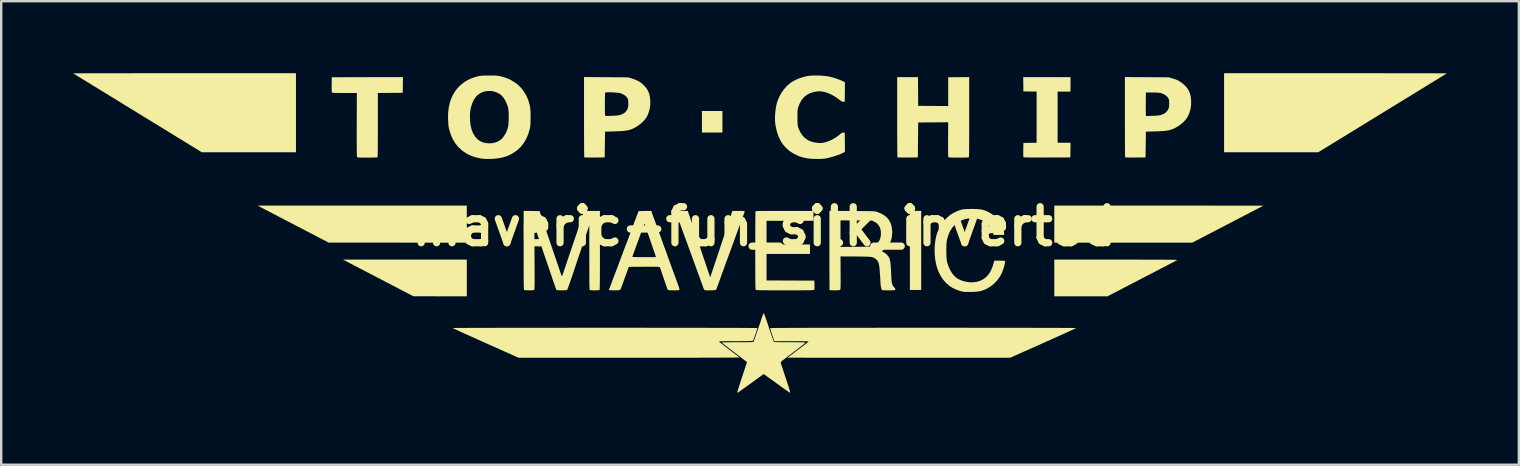
<source format=kicad_pcb>
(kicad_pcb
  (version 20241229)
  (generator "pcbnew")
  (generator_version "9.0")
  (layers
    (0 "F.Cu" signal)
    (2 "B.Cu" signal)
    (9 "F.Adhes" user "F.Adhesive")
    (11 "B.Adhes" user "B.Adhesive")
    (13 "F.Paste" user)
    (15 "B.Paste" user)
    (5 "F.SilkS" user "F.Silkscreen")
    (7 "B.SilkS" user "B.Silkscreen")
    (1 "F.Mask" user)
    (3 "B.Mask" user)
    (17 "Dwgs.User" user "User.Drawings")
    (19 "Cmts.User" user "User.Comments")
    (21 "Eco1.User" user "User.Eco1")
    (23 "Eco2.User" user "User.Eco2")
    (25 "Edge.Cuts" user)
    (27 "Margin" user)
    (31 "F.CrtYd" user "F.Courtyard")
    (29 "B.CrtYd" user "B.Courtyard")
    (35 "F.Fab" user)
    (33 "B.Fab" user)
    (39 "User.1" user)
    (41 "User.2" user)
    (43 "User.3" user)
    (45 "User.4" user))
  (footprint "maveric-fun_silk_inverted"
    (layer "F.Cu")
    (at 28.781 6.383)
    (property "Reference" "maveric-fun_silk_inverted" (at 0 0 0) (layer "F.SilkS") (effects (font (size 1.5 1.5) (thickness 0.3))))
    (attr board_only exclude_from_pos_files exclude_from_bom)
    (fp_poly (pts (xy -1.735 -4.361) (xy -1.735 -3.912) (xy -2.162 -3.912) (xy -2.589 -3.912) (xy -2.589 -4.361) (xy -2.589 -4.809) (xy -2.162 -4.809) (xy -1.735 -4.809)) (stroke (width 0) (type solid)) (fill yes) (layer "F.SilkS"))
    (fp_poly (pts (xy 6.545 1) (xy 6.545 2.647) (xy 6.31 2.647) (xy 6.074 2.647) (xy 6.074 1) (xy 6.074 -0.647) (xy 6.31 -0.647) (xy 6.545 -0.647)) (stroke (width 0) (type solid)) (fill yes) (layer "F.SilkS"))
    (fp_poly (pts (xy -12.384 -0.096) (xy -12.384 0.677) (xy -15.263 0.675) (xy -18.142 0.673) (xy -19.48 -0.024) (xy -19.668 -0.122) (xy -19.851 -0.217) (xy -20.027 -0.308) (xy -20.193 -0.395) (xy -20.349 -0.476) (xy -20.492 -0.551) (xy -20.619 -0.617) (xy -20.73 -0.675) (xy -20.822 -0.723) (xy -20.893 -0.76) (xy -20.941 -0.785) (xy -20.958 -0.794) (xy -21.098 -0.867) (xy -16.741 -0.867) (xy -12.384 -0.868)) (stroke (width 0) (type solid)) (fill yes) (layer "F.SilkS"))
    (fp_poly (pts (xy -12.384 2.147) (xy -12.384 2.912) (xy -13.498 2.911) (xy -14.612 2.909) (xy -15.95 2.212) (xy -16.138 2.114) (xy -16.32 2.019) (xy -16.495 1.928) (xy -16.661 1.842) (xy -16.815 1.761) (xy -16.956 1.688) (xy -17.082 1.622) (xy -17.192 1.565) (xy -17.282 1.518) (xy -17.351 1.482) (xy -17.397 1.458) (xy -17.414 1.449) (xy -17.539 1.383) (xy -14.961 1.383) (xy -12.384 1.383)) (stroke (width 0) (type solid)) (fill yes) (layer "F.SilkS"))
    (fp_poly (pts (xy 16.447 -0.867) (xy 20.804 -0.866) (xy 20.738 -0.832) (xy 20.716 -0.82) (xy 20.67 -0.796) (xy 20.601 -0.761) (xy 20.512 -0.714) (xy 20.403 -0.658) (xy 20.278 -0.593) (xy 20.137 -0.519) (xy 19.982 -0.439) (xy 19.815 -0.352) (xy 19.639 -0.261) (xy 19.454 -0.165) (xy 19.263 -0.065) (xy 19.253 -0.06) (xy 17.834 0.677) (xy 14.962 0.677) (xy 12.09 0.677) (xy 12.09 -0.096) (xy 12.09 -0.868)) (stroke (width 0) (type solid)) (fill yes) (layer "F.SilkS"))
    (fp_poly (pts (xy 12.766 -5.92) (xy 12.766 -5.618) (xy 12.498 -5.618) (xy 12.229 -5.618) (xy 12.229 -4.552) (xy 12.229 -3.486) (xy 12.498 -3.486) (xy 12.767 -3.486) (xy 12.763 -3.181) (xy 12.759 -2.875) (xy 11.795 -2.872) (xy 11.629 -2.871) (xy 11.472 -2.871) (xy 11.325 -2.872) (xy 11.192 -2.872) (xy 11.075 -2.873) (xy 10.977 -2.874) (xy 10.899 -2.876) (xy 10.845 -2.878) (xy 10.817 -2.879) (xy 10.813 -2.88) (xy 10.807 -2.892) (xy 10.802 -2.918) (xy 10.799 -2.963) (xy 10.798 -3.028) (xy 10.798 -3.119) (xy 10.799 -3.185) (xy 10.803 -3.478) (xy 11.078 -3.482) (xy 11.354 -3.486) (xy 11.354 -4.552) (xy 11.354 -5.618) (xy 11.078 -5.622) (xy 10.803 -5.626) (xy 10.799 -5.923) (xy 10.795 -6.221) (xy 11.78 -6.221) (xy 12.766 -6.221)) (stroke (width 0) (type solid)) (fill yes) (layer "F.SilkS"))
    (fp_poly (pts (xy 14.667 1.383) (xy 14.99 1.383) (xy 15.284 1.383) (xy 15.552 1.383) (xy 15.794 1.384) (xy 16.012 1.384) (xy 16.206 1.384) (xy 16.379 1.385) (xy 16.531 1.385) (xy 16.664 1.386) (xy 16.778 1.386) (xy 16.876 1.387) (xy 16.958 1.388) (xy 17.025 1.389) (xy 17.08 1.391) (xy 17.123 1.392) (xy 17.155 1.394) (xy 17.178 1.396) (xy 17.193 1.398) (xy 17.2 1.401) (xy 17.203 1.403) (xy 17.201 1.406) (xy 17.196 1.41) (xy 17.193 1.411) (xy 17.173 1.422) (xy 17.129 1.445) (xy 17.062 1.479) (xy 16.975 1.525) (xy 16.868 1.58) (xy 16.744 1.645) (xy 16.605 1.717) (xy 16.451 1.797) (xy 16.286 1.883) (xy 16.111 1.974) (xy 15.926 2.07) (xy 15.735 2.169) (xy 15.723 2.175) (xy 14.304 2.912) (xy 13.197 2.912) (xy 12.09 2.912) (xy 12.09 2.147) (xy 12.09 1.383)) (stroke (width 0) (type solid)) (fill yes) (layer "F.SilkS"))
    (fp_poly (pts (xy -19.502 -4.736) (xy -19.502 -3.089) (xy -21.462 -3.089) (xy -23.422 -3.089) (xy -26.099 -4.73) (xy -26.356 -4.888) (xy -26.606 -5.041) (xy -26.849 -5.19) (xy -27.083 -5.334) (xy -27.307 -5.471) (xy -27.519 -5.601) (xy -27.719 -5.724) (xy -27.906 -5.838) (xy -28.077 -5.944) (xy -28.233 -6.039) (xy -28.372 -6.124) (xy -28.492 -6.198) (xy -28.593 -6.261) (xy -28.674 -6.31) (xy -28.733 -6.347) (xy -28.769 -6.369) (xy -28.781 -6.377) (xy -28.767 -6.377) (xy -28.725 -6.378) (xy -28.656 -6.378) (xy -28.56 -6.379) (xy -28.439 -6.379) (xy -28.295 -6.38) (xy -28.127 -6.38) (xy -27.939 -6.38) (xy -27.729 -6.381) (xy -27.5 -6.381) (xy -27.253 -6.381) (xy -26.988 -6.382) (xy -26.707 -6.382) (xy -26.412 -6.382) (xy -26.102 -6.383) (xy -25.779 -6.383) (xy -25.445 -6.383) (xy -25.1 -6.383) (xy -24.746 -6.383) (xy -24.383 -6.383) (xy -24.145 -6.383) (xy -19.502 -6.383)) (stroke (width 0) (type solid)) (fill yes) (layer "F.SilkS"))
    (fp_poly (pts (xy 24.174 -6.383) (xy 24.534 -6.383) (xy 24.885 -6.383) (xy 25.226 -6.383) (xy 25.557 -6.383) (xy 25.875 -6.382) (xy 26.18 -6.382) (xy 26.47 -6.382) (xy 26.745 -6.382) (xy 27.004 -6.381) (xy 27.245 -6.381) (xy 27.467 -6.381) (xy 27.669 -6.38) (xy 27.851 -6.38) (xy 28.01 -6.379) (xy 28.146 -6.379) (xy 28.258 -6.379) (xy 28.345 -6.378) (xy 28.405 -6.378) (xy 28.437 -6.377) (xy 28.443 -6.377) (xy 28.43 -6.369) (xy 28.393 -6.346) (xy 28.334 -6.309) (xy 28.252 -6.259) (xy 28.151 -6.196) (xy 28.03 -6.122) (xy 27.89 -6.037) (xy 27.734 -5.941) (xy 27.562 -5.835) (xy 27.375 -5.72) (xy 27.175 -5.597) (xy 26.962 -5.467) (xy 26.738 -5.329) (xy 26.504 -5.186) (xy 26.261 -5.037) (xy 26.01 -4.883) (xy 25.76 -4.73) (xy 23.084 -3.089) (xy 21.124 -3.089) (xy 19.164 -3.089) (xy 19.164 -4.736) (xy 19.164 -6.383) (xy 23.807 -6.383)) (stroke (width 0) (type solid)) (fill yes) (layer "F.SilkS"))
    (fp_poly (pts (xy -15.049 -5.894) (xy -15.053 -5.567) (xy -15.572 -5.563) (xy -16.09 -5.559) (xy -16.09 -4.222) (xy -16.09 -3.992) (xy -16.09 -3.79) (xy -16.091 -3.614) (xy -16.091 -3.461) (xy -16.092 -3.332) (xy -16.092 -3.222) (xy -16.093 -3.132) (xy -16.095 -3.058) (xy -16.096 -3.001) (xy -16.098 -2.956) (xy -16.101 -2.924) (xy -16.103 -2.901) (xy -16.107 -2.887) (xy -16.11 -2.879) (xy -16.113 -2.877) (xy -16.134 -2.875) (xy -16.179 -2.872) (xy -16.247 -2.871) (xy -16.331 -2.869) (xy -16.428 -2.868) (xy -16.535 -2.868) (xy -16.539 -2.868) (xy -16.659 -2.868) (xy -16.752 -2.868) (xy -16.823 -2.869) (xy -16.874 -2.871) (xy -16.91 -2.874) (xy -16.933 -2.878) (xy -16.946 -2.884) (xy -16.954 -2.891) (xy -16.958 -2.897) (xy -16.961 -2.916) (xy -16.963 -2.96) (xy -16.965 -3.031) (xy -16.967 -3.128) (xy -16.968 -3.252) (xy -16.969 -3.403) (xy -16.97 -3.582) (xy -16.97 -3.79) (xy -16.97 -4.026) (xy -16.969 -4.243) (xy -16.965 -5.559) (xy -17.474 -5.559) (xy -17.615 -5.56) (xy -17.729 -5.56) (xy -17.818 -5.562) (xy -17.887 -5.563) (xy -17.936 -5.566) (xy -17.97 -5.569) (xy -17.991 -5.574) (xy -18 -5.579) (xy -18.001 -5.58) (xy -18.007 -5.6) (xy -18.011 -5.643) (xy -18.014 -5.711) (xy -18.014 -5.805) (xy -18.013 -5.907) (xy -18.009 -6.214) (xy -16.527 -6.218) (xy -15.045 -6.221)) (stroke (width 0) (type solid)) (fill yes) (layer "F.SilkS"))
    (fp_poly (pts (xy 8.545 -4.554) (xy 8.545 -4.295) (xy 8.545 -4.065) (xy 8.545 -3.86) (xy 8.544 -3.681) (xy 8.544 -3.524) (xy 8.543 -3.389) (xy 8.543 -3.274) (xy 8.542 -3.177) (xy 8.54 -3.098) (xy 8.539 -3.033) (xy 8.537 -2.982) (xy 8.535 -2.944) (xy 8.533 -2.915) (xy 8.53 -2.896) (xy 8.527 -2.884) (xy 8.524 -2.878) (xy 8.522 -2.877) (xy 8.501 -2.875) (xy 8.456 -2.872) (xy 8.389 -2.871) (xy 8.304 -2.869) (xy 8.207 -2.868) (xy 8.101 -2.868) (xy 8.097 -2.868) (xy 7.973 -2.868) (xy 7.876 -2.869) (xy 7.801 -2.871) (xy 7.748 -2.873) (xy 7.711 -2.877) (xy 7.689 -2.882) (xy 7.679 -2.888) (xy 7.679 -2.888) (xy 7.675 -2.903) (xy 7.671 -2.936) (xy 7.669 -2.989) (xy 7.667 -3.064) (xy 7.666 -3.163) (xy 7.665 -3.286) (xy 7.665 -3.435) (xy 7.666 -3.613) (xy 7.666 -3.624) (xy 7.67 -4.339) (xy 7.045 -4.335) (xy 6.42 -4.331) (xy 6.413 -3.603) (xy 6.405 -2.875) (xy 5.985 -2.871) (xy 5.877 -2.871) (xy 5.778 -2.871) (xy 5.693 -2.872) (xy 5.625 -2.873) (xy 5.578 -2.875) (xy 5.556 -2.877) (xy 5.555 -2.878) (xy 5.553 -2.893) (xy 5.552 -2.937) (xy 5.551 -3.006) (xy 5.55 -3.098) (xy 5.549 -3.213) (xy 5.548 -3.348) (xy 5.547 -3.501) (xy 5.546 -3.67) (xy 5.546 -3.854) (xy 5.545 -4.051) (xy 5.545 -4.258) (xy 5.545 -4.475) (xy 5.545 -4.554) (xy 5.545 -6.221) (xy 5.978 -6.221) (xy 6.412 -6.221) (xy 6.416 -5.622) (xy 6.42 -5.023) (xy 7.045 -5.019) (xy 7.67 -5.015) (xy 7.67 -5.614) (xy 7.67 -6.214) (xy 8.108 -6.218) (xy 8.545 -6.222)) (stroke (width 0) (type solid)) (fill yes) (layer "F.SilkS"))
    (fp_poly (pts (xy 2.059 -0.441) (xy 2.059 -0.235) (xy 1.081 -0.235) (xy 0.103 -0.235) (xy 0.103 0.257) (xy 0.103 0.75) (xy 1.007 0.75) (xy 1.912 0.75) (xy 1.912 0.949) (xy 1.912 1.147) (xy 1.007 1.147) (xy 0.103 1.147) (xy 0.103 1.699) (xy 0.103 2.25) (xy 1.099 2.254) (xy 2.096 2.258) (xy 2.1 2.439) (xy 2.101 2.534) (xy 2.097 2.599) (xy 2.09 2.636) (xy 2.087 2.642) (xy 2.08 2.645) (xy 2.065 2.649) (xy 2.039 2.652) (xy 2.002 2.654) (xy 1.951 2.656) (xy 1.884 2.658) (xy 1.801 2.659) (xy 1.698 2.66) (xy 1.574 2.661) (xy 1.428 2.661) (xy 1.257 2.662) (xy 1.06 2.662) (xy 0.874 2.662) (xy 0.657 2.662) (xy 0.467 2.662) (xy 0.303 2.662) (xy 0.163 2.661) (xy 0.044 2.66) (xy -0.054 2.659) (xy -0.134 2.658) (xy -0.198 2.657) (xy -0.248 2.655) (xy -0.285 2.652) (xy -0.311 2.649) (xy -0.329 2.646) (xy -0.34 2.642) (xy -0.345 2.639) (xy -0.348 2.633) (xy -0.351 2.622) (xy -0.354 2.605) (xy -0.357 2.579) (xy -0.359 2.544) (xy -0.361 2.496) (xy -0.363 2.436) (xy -0.364 2.361) (xy -0.365 2.27) (xy -0.366 2.161) (xy -0.366 2.033) (xy -0.367 1.883) (xy -0.367 1.71) (xy -0.368 1.513) (xy -0.368 1.291) (xy -0.368 1.04) (xy -0.368 1.008) (xy -0.368 0.792) (xy -0.367 0.585) (xy -0.367 0.388) (xy -0.366 0.202) (xy -0.366 0.03) (xy -0.365 -0.125) (xy -0.364 -0.264) (xy -0.363 -0.382) (xy -0.362 -0.48) (xy -0.361 -0.553) (xy -0.36 -0.602) (xy -0.359 -0.623) (xy -0.359 -0.624) (xy -0.355 -0.628) (xy -0.346 -0.632) (xy -0.33 -0.635) (xy -0.305 -0.638) (xy -0.269 -0.64) (xy -0.22 -0.642) (xy -0.157 -0.643) (xy -0.077 -0.645) (xy 0.021 -0.645) (xy 0.139 -0.646) (xy 0.279 -0.647) (xy 0.443 -0.647) (xy 0.632 -0.647) (xy 0.849 -0.647) (xy 0.855 -0.647) (xy 2.059 -0.647)) (stroke (width 0) (type solid)) (fill yes) (layer "F.SilkS"))
    (fp_poly (pts (xy 15.947 -6.217) (xy 16.862 -6.211) (xy 16.987 -6.174) (xy 17.051 -6.154) (xy 17.11 -6.135) (xy 17.155 -6.121) (xy 17.164 -6.117) (xy 17.251 -6.078) (xy 17.346 -6.02) (xy 17.442 -5.95) (xy 17.529 -5.872) (xy 17.532 -5.869) (xy 17.622 -5.767) (xy 17.691 -5.66) (xy 17.74 -5.543) (xy 17.773 -5.411) (xy 17.79 -5.259) (xy 17.791 -5.243) (xy 17.789 -5.051) (xy 17.76 -4.868) (xy 17.702 -4.69) (xy 17.655 -4.587) (xy 17.588 -4.479) (xy 17.495 -4.372) (xy 17.384 -4.272) (xy 17.26 -4.181) (xy 17.126 -4.104) (xy 16.989 -4.044) (xy 16.921 -4.023) (xy 16.862 -4.007) (xy 16.802 -3.995) (xy 16.737 -3.985) (xy 16.662 -3.977) (xy 16.572 -3.971) (xy 16.464 -3.965) (xy 16.332 -3.961) (xy 16.274 -3.959) (xy 15.906 -3.949) (xy 15.899 -3.412) (xy 15.892 -2.875) (xy 15.471 -2.871) (xy 15.363 -2.871) (xy 15.264 -2.871) (xy 15.179 -2.872) (xy 15.111 -2.873) (xy 15.064 -2.875) (xy 15.042 -2.877) (xy 15.041 -2.878) (xy 15.04 -2.893) (xy 15.039 -2.937) (xy 15.037 -3.006) (xy 15.036 -3.098) (xy 15.035 -3.213) (xy 15.034 -3.348) (xy 15.033 -3.501) (xy 15.033 -3.671) (xy 15.032 -3.854) (xy 15.032 -4.051) (xy 15.031 -4.258) (xy 15.031 -4.475) (xy 15.031 -4.556) (xy 15.031 -4.905) (xy 15.901 -4.905) (xy 15.902 -4.811) (xy 15.903 -4.733) (xy 15.904 -4.675) (xy 15.906 -4.641) (xy 15.907 -4.634) (xy 15.915 -4.599) (xy 16.175 -4.608) (xy 16.298 -4.613) (xy 16.4 -4.621) (xy 16.479 -4.631) (xy 16.523 -4.64) (xy 16.638 -4.682) (xy 16.729 -4.74) (xy 16.799 -4.816) (xy 16.837 -4.883) (xy 16.855 -4.925) (xy 16.866 -4.966) (xy 16.872 -5.013) (xy 16.875 -5.076) (xy 16.876 -5.118) (xy 16.875 -5.192) (xy 16.872 -5.244) (xy 16.866 -5.283) (xy 16.854 -5.315) (xy 16.845 -5.331) (xy 16.792 -5.408) (xy 16.72 -5.47) (xy 16.626 -5.521) (xy 16.563 -5.545) (xy 16.528 -5.556) (xy 16.491 -5.564) (xy 16.447 -5.57) (xy 16.39 -5.574) (xy 16.317 -5.577) (xy 16.22 -5.578) (xy 16.191 -5.579) (xy 15.906 -5.582) (xy 15.902 -5.126) (xy 15.901 -5.011) (xy 15.901 -4.905) (xy 15.031 -4.905) (xy 15.031 -6.223)) (stroke (width 0) (type solid)) (fill yes) (layer "F.SilkS"))
    (fp_poly (pts (xy -6.585 -6.217) (xy -5.67 -6.211) (xy -5.545 -6.174) (xy -5.416 -6.132) (xy -5.31 -6.09) (xy -5.22 -6.045) (xy -5.141 -5.994) (xy -5.065 -5.931) (xy -5 -5.87) (xy -4.909 -5.766) (xy -4.84 -5.657) (xy -4.79 -5.539) (xy -4.758 -5.405) (xy -4.741 -5.25) (xy -4.741 -5.249) (xy -4.742 -5.058) (xy -4.77 -4.874) (xy -4.827 -4.694) (xy -4.87 -4.595) (xy -4.927 -4.503) (xy -5.006 -4.407) (xy -5.102 -4.313) (xy -5.211 -4.224) (xy -5.327 -4.146) (xy -5.442 -4.085) (xy -5.511 -4.055) (xy -5.58 -4.03) (xy -5.652 -4.01) (xy -5.732 -3.995) (xy -5.824 -3.983) (xy -5.932 -3.973) (xy -6.059 -3.966) (xy -6.211 -3.961) (xy -6.258 -3.959) (xy -6.626 -3.949) (xy -6.633 -3.412) (xy -6.64 -2.875) (xy -7.061 -2.871) (xy -7.169 -2.871) (xy -7.268 -2.871) (xy -7.353 -2.872) (xy -7.421 -2.873) (xy -7.468 -2.875) (xy -7.49 -2.877) (xy -7.491 -2.878) (xy -7.492 -2.893) (xy -7.493 -2.937) (xy -7.495 -3.006) (xy -7.496 -3.098) (xy -7.497 -3.213) (xy -7.498 -3.348) (xy -7.499 -3.501) (xy -7.499 -3.671) (xy -7.5 -3.854) (xy -7.5 -4.051) (xy -7.501 -4.258) (xy -7.501 -4.475) (xy -7.501 -4.556) (xy -7.501 -5.066) (xy -6.633 -5.066) (xy -6.633 -4.964) (xy -6.632 -4.868) (xy -6.631 -4.781) (xy -6.629 -4.71) (xy -6.627 -4.657) (xy -6.624 -4.628) (xy -6.623 -4.625) (xy -6.618 -4.616) (xy -6.606 -4.609) (xy -6.584 -4.605) (xy -6.547 -4.604) (xy -6.492 -4.604) (xy -6.414 -4.606) (xy -6.355 -4.608) (xy -6.234 -4.613) (xy -6.132 -4.621) (xy -6.053 -4.631) (xy -6.009 -4.64) (xy -5.894 -4.682) (xy -5.803 -4.74) (xy -5.733 -4.816) (xy -5.694 -4.883) (xy -5.677 -4.925) (xy -5.665 -4.964) (xy -5.659 -5.01) (xy -5.656 -5.071) (xy -5.656 -5.118) (xy -5.656 -5.192) (xy -5.66 -5.245) (xy -5.667 -5.283) (xy -5.679 -5.315) (xy -5.687 -5.331) (xy -5.74 -5.408) (xy -5.812 -5.47) (xy -5.907 -5.521) (xy -5.966 -5.544) (xy -6.011 -5.556) (xy -6.074 -5.566) (xy -6.151 -5.574) (xy -6.236 -5.581) (xy -6.323 -5.586) (xy -6.408 -5.589) (xy -6.486 -5.589) (xy -6.55 -5.587) (xy -6.596 -5.582) (xy -6.619 -5.574) (xy -6.62 -5.573) (xy -6.623 -5.554) (xy -6.626 -5.509) (xy -6.628 -5.444) (xy -6.63 -5.363) (xy -6.631 -5.27) (xy -6.632 -5.169) (xy -6.633 -5.066) (xy -7.501 -5.066) (xy -7.501 -6.223)) (stroke (width 0) (type solid)) (fill yes) (layer "F.SilkS"))
    (fp_poly (pts (xy 7.057 4.221) (xy 7.481 4.221) (xy 7.897 4.221) (xy 8.303 4.221) (xy 8.699 4.222) (xy 9.083 4.222) (xy 9.456 4.222) (xy 9.815 4.223) (xy 10.16 4.223) (xy 10.49 4.223) (xy 10.804 4.224) (xy 11.101 4.224) (xy 11.38 4.225) (xy 11.641 4.225) (xy 11.881 4.226) (xy 12.101 4.227) (xy 12.3 4.227) (xy 12.475 4.228) (xy 12.627 4.229) (xy 12.755 4.229) (xy 12.857 4.23) (xy 12.933 4.231) (xy 12.981 4.232) (xy 13.001 4.232) (xy 13.002 4.232) (xy 12.988 4.24) (xy 12.95 4.258) (xy 12.889 4.287) (xy 12.805 4.326) (xy 12.703 4.373) (xy 12.582 4.428) (xy 12.445 4.49) (xy 12.293 4.559) (xy 12.129 4.633) (xy 11.954 4.711) (xy 11.77 4.794) (xy 11.628 4.858) (xy 10.254 5.471) (xy 5.62 5.471) (xy 5.253 5.471) (xy 4.893 5.471) (xy 4.542 5.471) (xy 4.201 5.471) (xy 3.871 5.471) (xy 3.553 5.471) (xy 3.248 5.47) (xy 2.958 5.47) (xy 2.683 5.47) (xy 2.424 5.47) (xy 2.183 5.469) (xy 1.961 5.469) (xy 1.759 5.469) (xy 1.577 5.468) (xy 1.418 5.468) (xy 1.282 5.468) (xy 1.17 5.467) (xy 1.083 5.467) (xy 1.023 5.466) (xy 0.991 5.466) (xy 0.985 5.466) (xy 0.996 5.455) (xy 1.026 5.431) (xy 1.07 5.397) (xy 1.114 5.365) (xy 1.168 5.324) (xy 1.239 5.271) (xy 1.32 5.209) (xy 1.405 5.145) (xy 1.478 5.089) (xy 1.555 5.03) (xy 1.629 4.973) (xy 1.695 4.923) (xy 1.748 4.883) (xy 1.782 4.857) (xy 1.783 4.856) (xy 1.821 4.826) (xy 1.846 4.802) (xy 1.853 4.792) (xy 1.839 4.789) (xy 1.798 4.787) (xy 1.734 4.785) (xy 1.648 4.783) (xy 1.544 4.782) (xy 1.426 4.781) (xy 1.294 4.78) (xy 1.153 4.78) (xy 1.142 4.78) (xy 0.43 4.78) (xy 0.4 4.695) (xy 0.373 4.618) (xy 0.345 4.536) (xy 0.318 4.455) (xy 0.293 4.38) (xy 0.273 4.315) (xy 0.258 4.267) (xy 0.251 4.24) (xy 0.25 4.237) (xy 0.261 4.235) (xy 0.293 4.234) (xy 0.347 4.233) (xy 0.423 4.232) (xy 0.522 4.23) (xy 0.644 4.229) (xy 0.789 4.228) (xy 0.958 4.227) (xy 1.151 4.227) (xy 1.368 4.226) (xy 1.61 4.225) (xy 1.877 4.224) (xy 2.17 4.224) (xy 2.488 4.223) (xy 2.833 4.223) (xy 3.204 4.222) (xy 3.602 4.222) (xy 4.027 4.222) (xy 4.48 4.222) (xy 4.961 4.221) (xy 5.47 4.221) (xy 6.008 4.221) (xy 6.575 4.221) (xy 6.626 4.221)) (stroke (width 0) (type solid)) (fill yes) (layer "F.SilkS"))
    (fp_poly (pts (xy 2.346 -6.285) (xy 2.488 -6.275) (xy 2.62 -6.258) (xy 2.751 -6.233) (xy 2.837 -6.212) (xy 2.914 -6.19) (xy 3.002 -6.162) (xy 3.093 -6.129) (xy 3.18 -6.095) (xy 3.255 -6.063) (xy 3.311 -6.035) (xy 3.323 -6.029) (xy 3.369 -6.001) (xy 3.365 -5.6) (xy 3.361 -5.199) (xy 3.305 -5.195) (xy 3.273 -5.195) (xy 3.243 -5.204) (xy 3.208 -5.225) (xy 3.158 -5.262) (xy 3.158 -5.263) (xy 2.989 -5.385) (xy 2.823 -5.483) (xy 2.66 -5.557) (xy 2.503 -5.606) (xy 2.353 -5.628) (xy 2.25 -5.628) (xy 2.077 -5.603) (xy 1.923 -5.555) (xy 1.787 -5.485) (xy 1.669 -5.391) (xy 1.57 -5.274) (xy 1.489 -5.135) (xy 1.43 -4.986) (xy 1.417 -4.943) (xy 1.407 -4.906) (xy 1.4 -4.869) (xy 1.395 -4.826) (xy 1.392 -4.774) (xy 1.39 -4.706) (xy 1.39 -4.617) (xy 1.39 -4.545) (xy 1.39 -4.425) (xy 1.393 -4.33) (xy 1.398 -4.252) (xy 1.407 -4.187) (xy 1.421 -4.129) (xy 1.441 -4.071) (xy 1.468 -4.009) (xy 1.504 -3.937) (xy 1.505 -3.934) (xy 1.583 -3.811) (xy 1.681 -3.702) (xy 1.794 -3.615) (xy 1.854 -3.581) (xy 1.979 -3.53) (xy 2.119 -3.495) (xy 2.263 -3.476) (xy 2.399 -3.477) (xy 2.4 -3.477) (xy 2.533 -3.5) (xy 2.676 -3.546) (xy 2.823 -3.611) (xy 2.968 -3.694) (xy 3.106 -3.791) (xy 3.193 -3.864) (xy 3.233 -3.895) (xy 3.266 -3.909) (xy 3.305 -3.909) (xy 3.361 -3.905) (xy 3.365 -3.505) (xy 3.369 -3.104) (xy 3.325 -3.082) (xy 3.185 -3.017) (xy 3.024 -2.956) (xy 2.848 -2.9) (xy 2.664 -2.852) (xy 2.596 -2.837) (xy 2.509 -2.824) (xy 2.401 -2.815) (xy 2.279 -2.811) (xy 2.15 -2.811) (xy 2.024 -2.815) (xy 1.906 -2.823) (xy 1.805 -2.836) (xy 1.794 -2.838) (xy 1.695 -2.857) (xy 1.617 -2.875) (xy 1.549 -2.893) (xy 1.483 -2.916) (xy 1.412 -2.945) (xy 1.223 -3.038) (xy 1.055 -3.147) (xy 0.91 -3.273) (xy 0.785 -3.418) (xy 0.68 -3.583) (xy 0.594 -3.769) (xy 0.527 -3.976) (xy 0.477 -4.207) (xy 0.472 -4.237) (xy 0.457 -4.372) (xy 0.454 -4.526) (xy 0.461 -4.689) (xy 0.478 -4.854) (xy 0.503 -5.011) (xy 0.536 -5.152) (xy 0.55 -5.196) (xy 0.624 -5.384) (xy 0.72 -5.56) (xy 0.833 -5.721) (xy 0.961 -5.863) (xy 1.102 -5.981) (xy 1.14 -6.008) (xy 1.208 -6.048) (xy 1.293 -6.093) (xy 1.383 -6.135) (xy 1.467 -6.17) (xy 1.508 -6.184) (xy 1.624 -6.22) (xy 1.724 -6.247) (xy 1.816 -6.266) (xy 1.909 -6.278) (xy 2.01 -6.285) (xy 2.128 -6.287) (xy 2.184 -6.287)) (stroke (width 0) (type solid)) (fill yes) (layer "F.SilkS"))
    (fp_poly (pts (xy -6.121 4.221) (xy -5.632 4.221) (xy -5.161 4.221) (xy -4.708 4.222) (xy -4.273 4.222) (xy -3.858 4.222) (xy -3.462 4.223) (xy -3.086 4.223) (xy -2.731 4.223) (xy -2.398 4.224) (xy -2.087 4.225) (xy -1.798 4.225) (xy -1.532 4.226) (xy -1.291 4.227) (xy -1.073 4.227) (xy -0.881 4.228) (xy -0.714 4.229) (xy -0.573 4.23) (xy -0.459 4.231) (xy -0.373 4.232) (xy -0.314 4.233) (xy -0.284 4.234) (xy -0.279 4.235) (xy -0.284 4.255) (xy -0.297 4.298) (xy -0.316 4.357) (xy -0.339 4.427) (xy -0.364 4.502) (xy -0.39 4.577) (xy -0.414 4.646) (xy -0.435 4.703) (xy -0.45 4.744) (xy -0.459 4.761) (xy -0.468 4.766) (xy -0.49 4.769) (xy -0.527 4.773) (xy -0.581 4.775) (xy -0.653 4.777) (xy -0.746 4.778) (xy -0.863 4.779) (xy -1.004 4.78) (xy -1.173 4.78) (xy -1.18 4.78) (xy -1.337 4.78) (xy -1.478 4.781) (xy -1.601 4.782) (xy -1.704 4.784) (xy -1.786 4.786) (xy -1.843 4.789) (xy -1.875 4.791) (xy -1.88 4.793) (xy -1.867 4.806) (xy -1.835 4.833) (xy -1.785 4.873) (xy -1.722 4.923) (xy -1.649 4.979) (xy -1.603 5.014) (xy -1.472 5.115) (xy -1.362 5.199) (xy -1.271 5.268) (xy -1.198 5.324) (xy -1.141 5.367) (xy -1.098 5.401) (xy -1.066 5.425) (xy -1.045 5.442) (xy -1.031 5.452) (xy -1.024 5.458) (xy -1.023 5.459) (xy -1.036 5.46) (xy -1.078 5.461) (xy -1.147 5.462) (xy -1.242 5.463) (xy -1.362 5.464) (xy -1.506 5.464) (xy -1.672 5.465) (xy -1.861 5.466) (xy -2.07 5.467) (xy -2.298 5.467) (xy -2.544 5.468) (xy -2.808 5.469) (xy -3.088 5.469) (xy -3.383 5.469) (xy -3.692 5.47) (xy -4.014 5.47) (xy -4.347 5.47) (xy -4.691 5.471) (xy -5.045 5.471) (xy -5.407 5.471) (xy -5.619 5.471) (xy -10.229 5.47) (xy -11.601 4.857) (xy -11.79 4.772) (xy -11.972 4.691) (xy -12.144 4.613) (xy -12.305 4.541) (xy -12.453 4.474) (xy -12.586 4.413) (xy -12.702 4.36) (xy -12.8 4.315) (xy -12.877 4.279) (xy -12.933 4.253) (xy -12.965 4.237) (xy -12.972 4.232) (xy -12.958 4.232) (xy -12.915 4.231) (xy -12.844 4.23) (xy -12.747 4.229) (xy -12.624 4.229) (xy -12.477 4.228) (xy -12.306 4.227) (xy -12.112 4.227) (xy -11.896 4.226) (xy -11.659 4.226) (xy -11.403 4.225) (xy -11.127 4.224) (xy -10.834 4.224) (xy -10.523 4.223) (xy -10.196 4.223) (xy -9.854 4.223) (xy -9.498 4.222) (xy -9.128 4.222) (xy -8.746 4.222) (xy -8.353 4.222) (xy -7.949 4.221) (xy -7.536 4.221) (xy -7.114 4.221) (xy -6.685 4.221) (xy -6.626 4.221)) (stroke (width 0) (type solid)) (fill yes) (layer "F.SilkS"))
    (fp_poly (pts (xy 8.786 -0.727) (xy 8.901 -0.722) (xy 8.999 -0.712) (xy 9.085 -0.697) (xy 9.165 -0.675) (xy 9.245 -0.646) (xy 9.331 -0.607) (xy 9.361 -0.592) (xy 9.502 -0.507) (xy 9.634 -0.398) (xy 9.752 -0.269) (xy 9.853 -0.126) (xy 9.932 0.026) (xy 9.974 0.138) (xy 9.989 0.198) (xy 9.999 0.257) (xy 10.001 0.29) (xy 10.001 0.353) (xy 9.782 0.353) (xy 9.562 0.353) (xy 9.538 0.283) (xy 9.475 0.131) (xy 9.402 0.004) (xy 9.317 -0.1) (xy 9.216 -0.184) (xy 9.096 -0.25) (xy 8.954 -0.302) (xy 8.92 -0.311) (xy 8.867 -0.321) (xy 8.793 -0.327) (xy 8.707 -0.33) (xy 8.617 -0.331) (xy 8.531 -0.328) (xy 8.457 -0.322) (xy 8.404 -0.313) (xy 8.398 -0.311) (xy 8.259 -0.263) (xy 8.137 -0.208) (xy 8.06 -0.162) (xy 7.947 -0.069) (xy 7.845 0.046) (xy 7.759 0.176) (xy 7.693 0.316) (xy 7.67 0.382) (xy 7.654 0.437) (xy 7.639 0.487) (xy 7.632 0.509) (xy 7.614 0.589) (xy 7.601 0.695) (xy 7.594 0.826) (xy 7.592 0.979) (xy 7.593 1.11) (xy 7.597 1.216) (xy 7.6 1.298) (xy 7.605 1.363) (xy 7.611 1.416) (xy 7.62 1.463) (xy 7.632 1.511) (xy 7.639 1.537) (xy 7.696 1.699) (xy 7.767 1.846) (xy 7.851 1.975) (xy 7.946 2.083) (xy 8.048 2.167) (xy 8.097 2.196) (xy 8.235 2.256) (xy 8.386 2.299) (xy 8.544 2.323) (xy 8.699 2.327) (xy 8.844 2.31) (xy 8.876 2.303) (xy 9.023 2.255) (xy 9.153 2.186) (xy 9.266 2.095) (xy 9.364 1.981) (xy 9.447 1.843) (xy 9.517 1.68) (xy 9.574 1.492) (xy 9.575 1.489) (xy 9.59 1.427) (xy 9.81 1.427) (xy 9.897 1.428) (xy 9.966 1.43) (xy 10.014 1.435) (xy 10.037 1.44) (xy 10.038 1.442) (xy 10.041 1.467) (xy 10.035 1.515) (xy 10.022 1.579) (xy 10.002 1.655) (xy 9.979 1.736) (xy 9.952 1.817) (xy 9.924 1.893) (xy 9.897 1.958) (xy 9.887 1.978) (xy 9.799 2.128) (xy 9.69 2.269) (xy 9.565 2.396) (xy 9.428 2.505) (xy 9.285 2.592) (xy 9.19 2.635) (xy 9.104 2.667) (xy 9.026 2.69) (xy 8.95 2.706) (xy 8.866 2.717) (xy 8.768 2.724) (xy 8.649 2.728) (xy 8.648 2.728) (xy 8.56 2.729) (xy 8.479 2.729) (xy 8.41 2.729) (xy 8.361 2.728) (xy 8.339 2.727) (xy 8.223 2.705) (xy 8.095 2.666) (xy 7.966 2.616) (xy 7.846 2.557) (xy 7.744 2.494) (xy 7.736 2.488) (xy 7.582 2.357) (xy 7.45 2.205) (xy 7.338 2.033) (xy 7.248 1.841) (xy 7.18 1.629) (xy 7.155 1.522) (xy 7.123 1.323) (xy 7.106 1.117) (xy 7.105 0.909) (xy 7.119 0.706) (xy 7.147 0.513) (xy 7.19 0.338) (xy 7.217 0.257) (xy 7.298 0.069) (xy 7.394 -0.097) (xy 7.507 -0.247) (xy 7.58 -0.325) (xy 7.677 -0.416) (xy 7.774 -0.492) (xy 7.878 -0.556) (xy 7.997 -0.615) (xy 8.111 -0.662) (xy 8.175 -0.685) (xy 8.24 -0.702) (xy 8.311 -0.714) (xy 8.393 -0.722) (xy 8.492 -0.726) (xy 8.614 -0.728) (xy 8.648 -0.728)) (stroke (width 0) (type solid)) (fill yes) (layer "F.SilkS"))
    (fp_poly (pts (xy -11.331 -6.287) (xy -11.236 -6.285) (xy -11.158 -6.282) (xy -11.09 -6.276) (xy -11.026 -6.266) (xy -10.961 -6.251) (xy -10.888 -6.231) (xy -10.8 -6.206) (xy -10.795 -6.204) (xy -10.656 -6.152) (xy -10.512 -6.079) (xy -10.372 -5.991) (xy -10.245 -5.893) (xy -10.142 -5.793) (xy -10.089 -5.729) (xy -10.031 -5.651) (xy -9.975 -5.568) (xy -9.926 -5.488) (xy -9.89 -5.419) (xy -9.882 -5.402) (xy -9.862 -5.355) (xy -9.845 -5.315) (xy -9.84 -5.302) (xy -9.823 -5.258) (xy -9.803 -5.192) (xy -9.779 -5.111) (xy -9.756 -5.023) (xy -9.745 -4.964) (xy -9.737 -4.881) (xy -9.731 -4.781) (xy -9.728 -4.669) (xy -9.727 -4.552) (xy -9.728 -4.434) (xy -9.731 -4.322) (xy -9.737 -4.222) (xy -9.746 -4.14) (xy -9.756 -4.081) (xy -9.808 -3.902) (xy -9.865 -3.746) (xy -9.93 -3.608) (xy -10.007 -3.482) (xy -10.097 -3.362) (xy -10.147 -3.304) (xy -10.249 -3.206) (xy -10.373 -3.111) (xy -10.51 -3.025) (xy -10.654 -2.952) (xy -10.763 -2.91) (xy -10.908 -2.869) (xy -11.073 -2.839) (xy -11.249 -2.819) (xy -11.43 -2.81) (xy -11.606 -2.813) (xy -11.771 -2.828) (xy -11.81 -2.834) (xy -12.02 -2.879) (xy -12.209 -2.943) (xy -12.383 -3.028) (xy -12.545 -3.136) (xy -12.627 -3.203) (xy -12.762 -3.334) (xy -12.876 -3.479) (xy -12.971 -3.641) (xy -13.05 -3.822) (xy -13.114 -4.025) (xy -13.132 -4.096) (xy -13.143 -4.16) (xy -13.152 -4.246) (xy -13.159 -4.348) (xy -13.164 -4.459) (xy -13.165 -4.556) (xy -12.253 -4.556) (xy -12.246 -4.363) (xy -12.224 -4.193) (xy -12.186 -4.039) (xy -12.131 -3.9) (xy -12.057 -3.771) (xy -12.036 -3.74) (xy -11.948 -3.64) (xy -11.841 -3.561) (xy -11.718 -3.504) (xy -11.581 -3.471) (xy -11.433 -3.461) (xy -11.307 -3.471) (xy -11.209 -3.494) (xy -11.11 -3.531) (xy -11.018 -3.579) (xy -10.944 -3.633) (xy -10.92 -3.656) (xy -10.866 -3.722) (xy -10.813 -3.8) (xy -10.765 -3.879) (xy -10.732 -3.949) (xy -10.731 -3.952) (xy -10.702 -4.029) (xy -10.681 -4.095) (xy -10.665 -4.157) (xy -10.654 -4.221) (xy -10.647 -4.295) (xy -10.642 -4.384) (xy -10.638 -4.493) (xy -10.637 -4.639) (xy -10.641 -4.763) (xy -10.651 -4.87) (xy -10.67 -4.966) (xy -10.698 -5.057) (xy -10.736 -5.151) (xy -10.767 -5.217) (xy -10.837 -5.339) (xy -10.915 -5.436) (xy -11.007 -5.513) (xy -11.117 -5.573) (xy -11.25 -5.62) (xy -11.251 -5.62) (xy -11.375 -5.642) (xy -11.508 -5.642) (xy -11.641 -5.621) (xy -11.767 -5.58) (xy -11.802 -5.563) (xy -11.91 -5.493) (xy -12.005 -5.398) (xy -12.087 -5.282) (xy -12.152 -5.147) (xy -12.191 -5.029) (xy -12.216 -4.933) (xy -12.233 -4.855) (xy -12.244 -4.784) (xy -12.25 -4.712) (xy -12.253 -4.627) (xy -12.253 -4.556) (xy -13.165 -4.556) (xy -13.165 -4.572) (xy -13.164 -4.679) (xy -13.161 -4.736) (xy -13.136 -4.963) (xy -13.086 -5.178) (xy -13.013 -5.378) (xy -12.917 -5.562) (xy -12.799 -5.729) (xy -12.661 -5.876) (xy -12.501 -6.004) (xy -12.477 -6.02) (xy -12.354 -6.094) (xy -12.224 -6.156) (xy -12.079 -6.208) (xy -11.914 -6.255) (xy -11.898 -6.259) (xy -11.856 -6.269) (xy -11.81 -6.276) (xy -11.757 -6.281) (xy -11.691 -6.284) (xy -11.607 -6.286) (xy -11.5 -6.287) (xy -11.45 -6.287)) (stroke (width 0) (type solid)) (fill yes) (layer "F.SilkS"))
    (fp_poly (pts (xy -0.898 -0.646) (xy -0.85 -0.642) (xy -0.822 -0.634) (xy -0.811 -0.62) (xy -0.812 -0.598) (xy -0.823 -0.566) (xy -0.837 -0.532) (xy -0.844 -0.514) (xy -0.851 -0.496) (xy -0.859 -0.477) (xy -0.868 -0.453) (xy -0.879 -0.424) (xy -0.893 -0.386) (xy -0.91 -0.339) (xy -0.932 -0.279) (xy -0.96 -0.204) (xy -0.993 -0.113) (xy -1.033 -0.004) (xy -1.08 0.126) (xy -1.136 0.279) (xy -1.2 0.457) (xy -1.221 0.515) (xy -1.275 0.663) (xy -1.326 0.804) (xy -1.374 0.934) (xy -1.417 1.052) (xy -1.454 1.155) (xy -1.486 1.239) (xy -1.509 1.303) (xy -1.525 1.345) (xy -1.531 1.36) (xy -1.541 1.387) (xy -1.559 1.434) (xy -1.582 1.496) (xy -1.607 1.564) (xy -1.631 1.633) (xy -1.653 1.696) (xy -1.669 1.743) (xy -1.686 1.791) (xy -1.708 1.85) (xy -1.721 1.883) (xy -1.743 1.939) (xy -1.763 1.996) (xy -1.773 2.022) (xy -1.786 2.062) (xy -1.807 2.12) (xy -1.831 2.186) (xy -1.843 2.221) (xy -1.872 2.301) (xy -1.905 2.391) (xy -1.935 2.473) (xy -1.942 2.493) (xy -1.964 2.552) (xy -1.984 2.602) (xy -1.999 2.635) (xy -2.004 2.644) (xy -2.023 2.65) (xy -2.065 2.655) (xy -2.124 2.659) (xy -2.193 2.661) (xy -2.266 2.663) (xy -2.338 2.662) (xy -2.401 2.661) (xy -2.449 2.657) (xy -2.477 2.652) (xy -2.479 2.651) (xy -2.495 2.631) (xy -2.515 2.595) (xy -2.533 2.556) (xy -2.544 2.525) (xy -2.544 2.518) (xy -2.549 2.498) (xy -2.563 2.46) (xy -2.573 2.432) (xy -2.583 2.405) (xy -2.603 2.352) (xy -2.63 2.278) (xy -2.664 2.185) (xy -2.704 2.076) (xy -2.749 1.954) (xy -2.797 1.822) (xy -2.847 1.683) (xy -2.86 1.647) (xy -2.922 1.476) (xy -2.975 1.331) (xy -3.02 1.208) (xy -3.057 1.105) (xy -3.088 1.019) (xy -3.114 0.948) (xy -3.135 0.89) (xy -3.153 0.841) (xy -3.168 0.8) (xy -3.182 0.763) (xy -3.194 0.729) (xy -3.207 0.695) (xy -3.24 0.606) (xy -3.268 0.53) (xy -3.297 0.45) (xy -3.306 0.427) (xy -3.338 0.338) (xy -3.375 0.239) (xy -3.414 0.132) (xy -3.454 0.021) (xy -3.494 -0.09) (xy -3.533 -0.197) (xy -3.57 -0.297) (xy -3.602 -0.386) (xy -3.628 -0.46) (xy -3.648 -0.516) (xy -3.66 -0.55) (xy -3.662 -0.557) (xy -3.675 -0.596) (xy -3.684 -0.621) (xy -3.686 -0.631) (xy -3.681 -0.637) (xy -3.664 -0.642) (xy -3.632 -0.645) (xy -3.581 -0.646) (xy -3.507 -0.647) (xy -3.438 -0.647) (xy -3.181 -0.647) (xy -3.143 -0.541) (xy -3.129 -0.502) (xy -3.108 -0.439) (xy -3.08 -0.356) (xy -3.046 -0.257) (xy -3.009 -0.147) (xy -2.969 -0.029) (xy -2.935 0.074) (xy -2.894 0.196) (xy -2.846 0.34) (xy -2.792 0.5) (xy -2.734 0.672) (xy -2.674 0.848) (xy -2.615 1.024) (xy -2.558 1.194) (xy -2.521 1.302) (xy -2.474 1.442) (xy -2.428 1.576) (xy -2.387 1.699) (xy -2.35 1.81) (xy -2.318 1.905) (xy -2.292 1.981) (xy -2.274 2.037) (xy -2.264 2.067) (xy -2.263 2.071) (xy -2.252 2.103) (xy -2.244 2.116) (xy -2.244 2.116) (xy -2.238 2.101) (xy -2.224 2.061) (xy -2.203 1.996) (xy -2.173 1.91) (xy -2.137 1.802) (xy -2.095 1.677) (xy -2.048 1.535) (xy -1.995 1.378) (xy -1.938 1.208) (xy -1.878 1.028) (xy -1.815 0.838) (xy -1.78 0.732) (xy -1.32 -0.647) (xy -1.065 -0.647) (xy -0.968 -0.647)) (stroke (width 0) (type solid)) (fill yes) (layer "F.SilkS"))
    (fp_poly (pts (xy 3.666 -0.643) (xy 3.856 -0.642) (xy 4.019 -0.641) (xy 4.157 -0.64) (xy 4.273 -0.639) (xy 4.369 -0.637) (xy 4.448 -0.636) (xy 4.51 -0.634) (xy 4.56 -0.631) (xy 4.599 -0.628) (xy 4.63 -0.625) (xy 4.655 -0.62) (xy 4.676 -0.615) (xy 4.695 -0.609) (xy 4.706 -0.606) (xy 4.871 -0.54) (xy 5.009 -0.461) (xy 5.122 -0.367) (xy 5.21 -0.257) (xy 5.275 -0.131) (xy 5.317 0.012) (xy 5.337 0.174) (xy 5.339 0.246) (xy 5.328 0.416) (xy 5.294 0.566) (xy 5.237 0.7) (xy 5.157 0.817) (xy 5.052 0.92) (xy 4.994 0.964) (xy 4.953 0.993) (xy 4.923 1.018) (xy 4.912 1.031) (xy 4.924 1.043) (xy 4.955 1.062) (xy 4.976 1.072) (xy 5.04 1.112) (xy 5.105 1.167) (xy 5.162 1.228) (xy 5.202 1.286) (xy 5.204 1.29) (xy 5.225 1.34) (xy 5.242 1.4) (xy 5.257 1.475) (xy 5.269 1.566) (xy 5.279 1.677) (xy 5.287 1.812) (xy 5.293 1.941) (xy 5.299 2.077) (xy 5.305 2.187) (xy 5.313 2.275) (xy 5.323 2.344) (xy 5.335 2.399) (xy 5.352 2.443) (xy 5.372 2.479) (xy 5.398 2.511) (xy 5.416 2.53) (xy 5.454 2.576) (xy 5.47 2.615) (xy 5.463 2.643) (xy 5.448 2.653) (xy 5.425 2.656) (xy 5.378 2.659) (xy 5.315 2.661) (xy 5.241 2.662) (xy 5.162 2.662) (xy 5.085 2.661) (xy 5.016 2.66) (xy 4.962 2.658) (xy 4.928 2.655) (xy 4.921 2.653) (xy 4.899 2.63) (xy 4.88 2.579) (xy 4.865 2.501) (xy 4.853 2.4) (xy 4.846 2.287) (xy 4.842 2.197) (xy 4.835 2.09) (xy 4.827 1.975) (xy 4.819 1.865) (xy 4.816 1.824) (xy 4.804 1.704) (xy 4.791 1.61) (xy 4.774 1.536) (xy 4.752 1.477) (xy 4.724 1.429) (xy 4.687 1.388) (xy 4.658 1.362) (xy 4.628 1.338) (xy 4.6 1.319) (xy 4.571 1.302) (xy 4.539 1.289) (xy 4.5 1.279) (xy 4.451 1.271) (xy 4.391 1.265) (xy 4.314 1.261) (xy 4.22 1.258) (xy 4.105 1.256) (xy 3.966 1.254) (xy 3.817 1.253) (xy 3.184 1.249) (xy 3.188 1.932) (xy 3.189 2.093) (xy 3.19 2.227) (xy 3.19 2.337) (xy 3.189 2.425) (xy 3.188 2.493) (xy 3.186 2.545) (xy 3.184 2.583) (xy 3.181 2.609) (xy 3.177 2.625) (xy 3.171 2.636) (xy 3.169 2.639) (xy 3.154 2.648) (xy 3.129 2.655) (xy 3.09 2.659) (xy 3.031 2.661) (xy 2.948 2.662) (xy 2.943 2.662) (xy 2.869 2.661) (xy 2.805 2.66) (xy 2.758 2.657) (xy 2.733 2.653) (xy 2.731 2.652) (xy 2.729 2.637) (xy 2.728 2.593) (xy 2.727 2.524) (xy 2.726 2.432) (xy 2.725 2.317) (xy 2.724 2.182) (xy 2.723 2.03) (xy 2.722 1.861) (xy 2.722 1.677) (xy 2.721 1.481) (xy 2.721 1.274) (xy 2.721 1.059) (xy 2.721 0.997) (xy 2.721 0.302) (xy 3.184 0.302) (xy 3.184 0.855) (xy 3.802 0.849) (xy 3.954 0.848) (xy 4.081 0.846) (xy 4.183 0.845) (xy 4.266 0.843) (xy 4.331 0.84) (xy 4.381 0.837) (xy 4.421 0.833) (xy 4.452 0.829) (xy 4.478 0.823) (xy 4.501 0.816) (xy 4.508 0.814) (xy 4.625 0.764) (xy 4.718 0.698) (xy 4.788 0.616) (xy 4.835 0.516) (xy 4.862 0.397) (xy 4.868 0.285) (xy 4.857 0.152) (xy 4.823 0.038) (xy 4.766 -0.058) (xy 4.686 -0.138) (xy 4.581 -0.201) (xy 4.576 -0.204) (xy 4.493 -0.243) (xy 3.839 -0.247) (xy 3.184 -0.252) (xy 3.184 0.302) (xy 2.721 0.302) (xy 2.721 -0.649)) (stroke (width 0) (type solid)) (fill yes) (layer "F.SilkS"))
    (fp_poly (pts (xy 0.001 3.638) (xy 0.021 3.687) (xy 0.049 3.762) (xy 0.084 3.864) (xy 0.127 3.99) (xy 0.171 4.125) (xy 0.196 4.201) (xy 0.218 4.268) (xy 0.236 4.321) (xy 0.248 4.355) (xy 0.251 4.361) (xy 0.26 4.385) (xy 0.276 4.431) (xy 0.297 4.493) (xy 0.321 4.566) (xy 0.331 4.596) (xy 0.357 4.669) (xy 0.38 4.733) (xy 0.4 4.781) (xy 0.413 4.809) (xy 0.417 4.813) (xy 0.435 4.815) (xy 0.479 4.817) (xy 0.546 4.819) (xy 0.634 4.821) (xy 0.739 4.822) (xy 0.857 4.823) (xy 0.987 4.824) (xy 1.077 4.824) (xy 1.238 4.824) (xy 1.372 4.825) (xy 1.48 4.826) (xy 1.565 4.827) (xy 1.629 4.829) (xy 1.675 4.832) (xy 1.704 4.835) (xy 1.718 4.839) (xy 1.72 4.842) (xy 1.709 4.856) (xy 1.676 4.884) (xy 1.626 4.926) (xy 1.561 4.978) (xy 1.484 5.039) (xy 1.397 5.106) (xy 1.352 5.14) (xy 1.255 5.214) (xy 1.159 5.287) (xy 1.069 5.356) (xy 0.989 5.417) (xy 0.922 5.467) (xy 0.874 5.504) (xy 0.865 5.511) (xy 0.796 5.563) (xy 0.747 5.602) (xy 0.716 5.631) (xy 0.699 5.655) (xy 0.695 5.679) (xy 0.699 5.705) (xy 0.71 5.74) (xy 0.712 5.747) (xy 0.728 5.798) (xy 0.743 5.841) (xy 0.751 5.861) (xy 0.762 5.892) (xy 0.777 5.938) (xy 0.786 5.964) (xy 0.797 5.997) (xy 0.815 6.053) (xy 0.84 6.129) (xy 0.87 6.22) (xy 0.903 6.322) (xy 0.939 6.431) (xy 0.949 6.461) (xy 0.991 6.588) (xy 1.024 6.69) (xy 1.049 6.769) (xy 1.067 6.829) (xy 1.079 6.872) (xy 1.084 6.9) (xy 1.085 6.917) (xy 1.082 6.925) (xy 1.076 6.927) (xy 1.062 6.919) (xy 1.026 6.895) (xy 0.972 6.857) (xy 0.901 6.808) (xy 0.816 6.747) (xy 0.719 6.679) (xy 0.614 6.603) (xy 0.524 6.538) (xy -0.016 6.149) (xy -0.232 6.306) (xy -0.403 6.429) (xy -0.552 6.537) (xy -0.679 6.629) (xy -0.787 6.706) (xy -0.876 6.77) (xy -0.948 6.822) (xy -1.005 6.862) (xy -1.048 6.892) (xy -1.078 6.912) (xy -1.096 6.923) (xy -1.105 6.927) (xy -1.105 6.927) (xy -1.117 6.916) (xy -1.118 6.909) (xy -1.114 6.891) (xy -1.101 6.849) (xy -1.081 6.785) (xy -1.056 6.704) (xy -1.025 6.607) (xy -0.99 6.499) (xy -0.952 6.383) (xy -0.913 6.261) (xy -0.873 6.139) (xy -0.832 6.017) (xy -0.794 5.901) (xy -0.766 5.816) (xy -0.711 5.654) (xy -0.777 5.603) (xy -0.824 5.566) (xy -0.88 5.522) (xy -0.927 5.486) (xy -0.961 5.459) (xy -1.002 5.428) (xy -1.05 5.39) (xy -1.11 5.345) (xy -1.183 5.289) (xy -1.271 5.222) (xy -1.378 5.141) (xy -1.505 5.044) (xy -1.529 5.025) (xy -1.6 4.971) (xy -1.662 4.922) (xy -1.713 4.882) (xy -1.747 4.853) (xy -1.762 4.838) (xy -1.762 4.838) (xy -1.749 4.835) (xy -1.709 4.832) (xy -1.642 4.829) (xy -1.552 4.827) (xy -1.439 4.825) (xy -1.306 4.824) (xy -1.155 4.824) (xy -1.115 4.824) (xy -0.979 4.824) (xy -0.852 4.823) (xy -0.737 4.822) (xy -0.636 4.82) (xy -0.554 4.818) (xy -0.493 4.816) (xy -0.456 4.814) (xy -0.446 4.812) (xy -0.436 4.796) (xy -0.419 4.755) (xy -0.396 4.695) (xy -0.369 4.618) (xy -0.338 4.529) (xy -0.316 4.463) (xy -0.284 4.367) (xy -0.255 4.28) (xy -0.229 4.204) (xy -0.209 4.145) (xy -0.196 4.108) (xy -0.191 4.096) (xy -0.18 4.067) (xy -0.164 4.02) (xy -0.149 3.971) (xy -0.111 3.854) (xy -0.079 3.758) (xy -0.052 3.686) (xy -0.031 3.638) (xy -0.016 3.616) (xy -0.011 3.616)) (stroke (width 0) (type solid)) (fill yes) (layer "F.SilkS"))
    (fp_poly (pts (xy -4.677 -0.585) (xy -4.659 -0.529) (xy -4.638 -0.47) (xy -4.632 -0.456) (xy -4.614 -0.408) (xy -4.596 -0.359) (xy -4.577 -0.306) (xy -4.555 -0.246) (xy -4.528 -0.174) (xy -4.497 -0.088) (xy -4.459 0.017) (xy -4.413 0.144) (xy -4.383 0.228) (xy -4.343 0.34) (xy -4.305 0.445) (xy -4.271 0.54) (xy -4.242 0.62) (xy -4.219 0.683) (xy -4.204 0.723) (xy -4.2 0.735) (xy -4.184 0.779) (xy -4.163 0.835) (xy -4.151 0.868) (xy -4.138 0.901) (xy -4.118 0.959) (xy -4.09 1.035) (xy -4.056 1.128) (xy -4.019 1.232) (xy -3.979 1.343) (xy -3.956 1.405) (xy -3.916 1.517) (xy -3.878 1.622) (xy -3.844 1.717) (xy -3.815 1.797) (xy -3.792 1.859) (xy -3.778 1.9) (xy -3.773 1.912) (xy -3.757 1.956) (xy -3.737 2.011) (xy -3.725 2.044) (xy -3.701 2.108) (xy -3.675 2.177) (xy -3.665 2.206) (xy -3.619 2.329) (xy -3.584 2.427) (xy -3.557 2.503) (xy -3.539 2.56) (xy -3.529 2.601) (xy -3.525 2.627) (xy -3.526 2.643) (xy -3.531 2.648) (xy -3.555 2.655) (xy -3.601 2.659) (xy -3.663 2.661) (xy -3.734 2.662) (xy -3.808 2.662) (xy -3.879 2.66) (xy -3.941 2.656) (xy -3.986 2.651) (xy -4.01 2.645) (xy -4.011 2.644) (xy -4.019 2.626) (xy -4.036 2.583) (xy -4.058 2.52) (xy -4.087 2.439) (xy -4.12 2.344) (xy -4.156 2.239) (xy -4.176 2.177) (xy -4.214 2.067) (xy -4.248 1.965) (xy -4.279 1.874) (xy -4.305 1.8) (xy -4.325 1.743) (xy -4.338 1.71) (xy -4.341 1.702) (xy -4.346 1.696) (xy -4.355 1.691) (xy -4.371 1.687) (xy -4.396 1.684) (xy -4.433 1.681) (xy -4.485 1.68) (xy -4.554 1.679) (xy -4.643 1.679) (xy -4.755 1.679) (xy -4.892 1.68) (xy -4.995 1.68) (xy -5.636 1.684) (xy -5.731 1.949) (xy -5.764 2.038) (xy -5.795 2.124) (xy -5.822 2.199) (xy -5.844 2.259) (xy -5.857 2.294) (xy -5.889 2.382) (xy -5.915 2.453) (xy -5.939 2.519) (xy -5.949 2.548) (xy -5.965 2.591) (xy -5.981 2.621) (xy -6.001 2.641) (xy -6.032 2.653) (xy -6.078 2.659) (xy -6.143 2.661) (xy -6.226 2.661) (xy -6.302 2.66) (xy -6.369 2.658) (xy -6.42 2.656) (xy -6.449 2.653) (xy -6.453 2.652) (xy -6.463 2.637) (xy -6.457 2.619) (xy -6.443 2.589) (xy -6.427 2.546) (xy -6.423 2.536) (xy -6.403 2.481) (xy -6.377 2.411) (xy -6.348 2.332) (xy -6.317 2.248) (xy -6.285 2.164) (xy -6.255 2.085) (xy -6.229 2.016) (xy -6.208 1.962) (xy -6.195 1.928) (xy -6.191 1.919) (xy -6.182 1.897) (xy -6.165 1.851) (xy -6.14 1.788) (xy -6.112 1.712) (xy -6.08 1.627) (xy -6.08 1.625) (xy -6.036 1.507) (xy -6.001 1.413) (xy -5.974 1.341) (xy -5.954 1.288) (xy -5.947 1.268) (xy -5.486 1.268) (xy -5.472 1.271) (xy -5.432 1.273) (xy -5.369 1.275) (xy -5.287 1.277) (xy -5.189 1.279) (xy -5.079 1.279) (xy -4.994 1.28) (xy -4.503 1.28) (xy -4.515 1.239) (xy -4.523 1.215) (xy -4.539 1.168) (xy -4.562 1.1) (xy -4.591 1.016) (xy -4.624 0.92) (xy -4.66 0.815) (xy -4.697 0.707) (xy -4.735 0.597) (xy -4.771 0.491) (xy -4.806 0.392) (xy -4.836 0.305) (xy -4.861 0.232) (xy -4.863 0.228) (xy -4.888 0.154) (xy -4.914 0.079) (xy -4.935 0.014) (xy -4.943 -0.011) (xy -4.96 -0.058) (xy -4.976 -0.091) (xy -4.986 -0.103) (xy -5 -0.092) (xy -5.001 -0.088) (xy -5.005 -0.072) (xy -5.02 -0.031) (xy -5.042 0.032) (xy -5.071 0.114) (xy -5.106 0.211) (xy -5.146 0.321) (xy -5.19 0.441) (xy -5.212 0.504) (xy -5.273 0.668) (xy -5.324 0.808) (xy -5.366 0.924) (xy -5.401 1.018) (xy -5.428 1.094) (xy -5.449 1.153) (xy -5.465 1.197) (xy -5.475 1.229) (xy -5.482 1.25) (xy -5.485 1.262) (xy -5.486 1.268) (xy -5.947 1.268) (xy -5.939 1.249) (xy -5.929 1.223) (xy -5.923 1.206) (xy -5.923 1.206) (xy -5.914 1.184) (xy -5.898 1.141) (xy -5.876 1.082) (xy -5.851 1.013) (xy -5.846 1) (xy -5.82 0.929) (xy -5.797 0.866) (xy -5.778 0.817) (xy -5.766 0.789) (xy -5.765 0.787) (xy -5.756 0.764) (xy -5.738 0.719) (xy -5.714 0.656) (xy -5.685 0.579) (xy -5.654 0.495) (xy -5.653 0.493) (xy -5.613 0.385) (xy -5.582 0.3) (xy -5.558 0.235) (xy -5.54 0.185) (xy -5.525 0.146) (xy -5.513 0.114) (xy -5.502 0.084) (xy -5.49 0.053) (xy -5.479 0.022) (xy -5.425 -0.12) (xy -5.382 -0.236) (xy -5.348 -0.325) (xy -5.325 -0.387) (xy -5.316 -0.412) (xy -5.299 -0.454) (xy -5.278 -0.509) (xy -5.262 -0.552) (xy -5.227 -0.64) (xy -4.962 -0.644) (xy -4.697 -0.648)) (stroke (width 0) (type solid)) (fill yes) (layer "F.SilkS"))
    (fp_poly (pts (xy -9.685 -0.644) (xy -9.353 -0.64) (xy -9.191 -0.162) (xy -9.141 -0.013) (xy -9.096 0.12) (xy -9.055 0.241) (xy -9.016 0.355) (xy -8.978 0.467) (xy -8.939 0.582) (xy -8.898 0.704) (xy -8.852 0.838) (xy -8.801 0.99) (xy -8.742 1.162) (xy -8.722 1.221) (xy -8.68 1.343) (xy -8.639 1.465) (xy -8.599 1.581) (xy -8.563 1.687) (xy -8.533 1.777) (xy -8.509 1.847) (xy -8.5 1.874) (xy -8.476 1.943) (xy -8.455 2.003) (xy -8.439 2.047) (xy -8.429 2.07) (xy -8.429 2.07) (xy -8.419 2.068) (xy -8.403 2.038) (xy -8.381 1.98) (xy -8.372 1.954) (xy -8.322 1.805) (xy -8.27 1.652) (xy -8.218 1.496) (xy -8.166 1.341) (xy -8.114 1.189) (xy -8.065 1.043) (xy -8.018 0.905) (xy -7.975 0.777) (xy -7.936 0.662) (xy -7.902 0.563) (xy -7.875 0.482) (xy -7.854 0.422) (xy -7.841 0.385) (xy -7.837 0.374) (xy -7.831 0.357) (xy -7.817 0.316) (xy -7.795 0.253) (xy -7.768 0.172) (xy -7.736 0.076) (xy -7.7 -0.032) (xy -7.662 -0.143) (xy -7.494 -0.647) (xy -7.167 -0.647) (xy -6.839 -0.647) (xy -6.839 0.999) (xy -6.839 1.255) (xy -6.839 1.484) (xy -6.839 1.687) (xy -6.84 1.865) (xy -6.84 2.019) (xy -6.841 2.153) (xy -6.842 2.266) (xy -6.843 2.361) (xy -6.844 2.44) (xy -6.845 2.503) (xy -6.847 2.552) (xy -6.849 2.59) (xy -6.851 2.617) (xy -6.854 2.636) (xy -6.857 2.647) (xy -6.861 2.652) (xy -6.862 2.653) (xy -6.886 2.657) (xy -6.932 2.66) (xy -6.993 2.661) (xy -7.06 2.662) (xy -7.13 2.661) (xy -7.191 2.659) (xy -7.236 2.656) (xy -7.257 2.653) (xy -7.261 2.65) (xy -7.264 2.641) (xy -7.268 2.625) (xy -7.27 2.601) (xy -7.272 2.566) (xy -7.274 2.519) (xy -7.276 2.458) (xy -7.277 2.382) (xy -7.278 2.288) (xy -7.279 2.175) (xy -7.28 2.041) (xy -7.28 1.884) (xy -7.28 1.703) (xy -7.28 1.496) (xy -7.281 1.296) (xy -7.281 -0.051) (xy -7.462 0.485) (xy -7.503 0.606) (xy -7.541 0.718) (xy -7.575 0.818) (xy -7.605 0.904) (xy -7.628 0.973) (xy -7.644 1.02) (xy -7.652 1.043) (xy -7.653 1.044) (xy -7.659 1.063) (xy -7.674 1.106) (xy -7.696 1.171) (xy -7.723 1.253) (xy -7.756 1.349) (xy -7.791 1.455) (xy -7.816 1.53) (xy -7.889 1.748) (xy -7.953 1.939) (xy -8.009 2.105) (xy -8.058 2.246) (xy -8.099 2.364) (xy -8.133 2.46) (xy -8.16 2.535) (xy -8.181 2.59) (xy -8.197 2.627) (xy -8.207 2.646) (xy -8.21 2.65) (xy -8.232 2.654) (xy -8.276 2.658) (xy -8.336 2.66) (xy -8.405 2.661) (xy -8.476 2.661) (xy -8.542 2.66) (xy -8.597 2.657) (xy -8.633 2.654) (xy -8.643 2.651) (xy -8.648 2.645) (xy -8.656 2.632) (xy -8.665 2.61) (xy -8.679 2.577) (xy -8.696 2.53) (xy -8.718 2.468) (xy -8.746 2.387) (xy -8.781 2.286) (xy -8.823 2.162) (xy -8.873 2.014) (xy -8.898 1.941) (xy -8.931 1.843) (xy -8.971 1.724) (xy -9.016 1.593) (xy -9.062 1.457) (xy -9.108 1.325) (xy -9.141 1.228) (xy -9.183 1.105) (xy -9.228 0.973) (xy -9.272 0.841) (xy -9.315 0.715) (xy -9.352 0.604) (xy -9.377 0.529) (xy -9.407 0.441) (xy -9.434 0.361) (xy -9.457 0.293) (xy -9.475 0.243) (xy -9.485 0.216) (xy -9.486 0.213) (xy -9.497 0.185) (xy -9.513 0.138) (xy -9.531 0.085) (xy -9.547 0.036) (xy -9.559 0.000426) (xy -9.566 -0.015) (xy -9.566 -0.015) (xy -9.567 -0.000347) (xy -9.567 0.041) (xy -9.567 0.108) (xy -9.567 0.198) (xy -9.567 0.31) (xy -9.567 0.44) (xy -9.566 0.587) (xy -9.566 0.749) (xy -9.565 0.924) (xy -9.564 1.109) (xy -9.563 1.304) (xy -9.563 1.304) (xy -9.562 1.531) (xy -9.561 1.731) (xy -9.56 1.904) (xy -9.559 2.054) (xy -9.559 2.182) (xy -9.559 2.289) (xy -9.56 2.378) (xy -9.561 2.45) (xy -9.562 2.507) (xy -9.564 2.551) (xy -9.566 2.584) (xy -9.568 2.607) (xy -9.571 2.623) (xy -9.575 2.633) (xy -9.579 2.639) (xy -9.583 2.642) (xy -9.606 2.652) (xy -9.65 2.658) (xy -9.716 2.661) (xy -9.794 2.661) (xy -9.866 2.66) (xy -9.928 2.658) (xy -9.974 2.655) (xy -9.997 2.653) (xy -9.997 2.652) (xy -10 2.646) (xy -10.003 2.627) (xy -10.005 2.596) (xy -10.008 2.55) (xy -10.009 2.488) (xy -10.011 2.409) (xy -10.012 2.311) (xy -10.013 2.194) (xy -10.014 2.055) (xy -10.015 1.893) (xy -10.015 1.708) (xy -10.016 1.497) (xy -10.016 1.26) (xy -10.016 0.999) (xy -10.016 -0.053) (xy -9.588 -0.053) (xy -9.585 -0.034) (xy -9.58 -0.033) (xy -9.577 -0.053) (xy -9.579 -0.062) (xy -9.586 -0.067) (xy -9.588 -0.053) (xy -10.016 -0.053) (xy -10.016 -0.648)) (stroke (width 0) (type solid)) (fill yes) (layer "F.SilkS")))
  (gr_rect
    (start -3 -3)
    (end 60.225 16.31)
    (stroke (width 0.1) (type default))
    (fill no)
    (layer "Edge.Cuts")))
</source>
